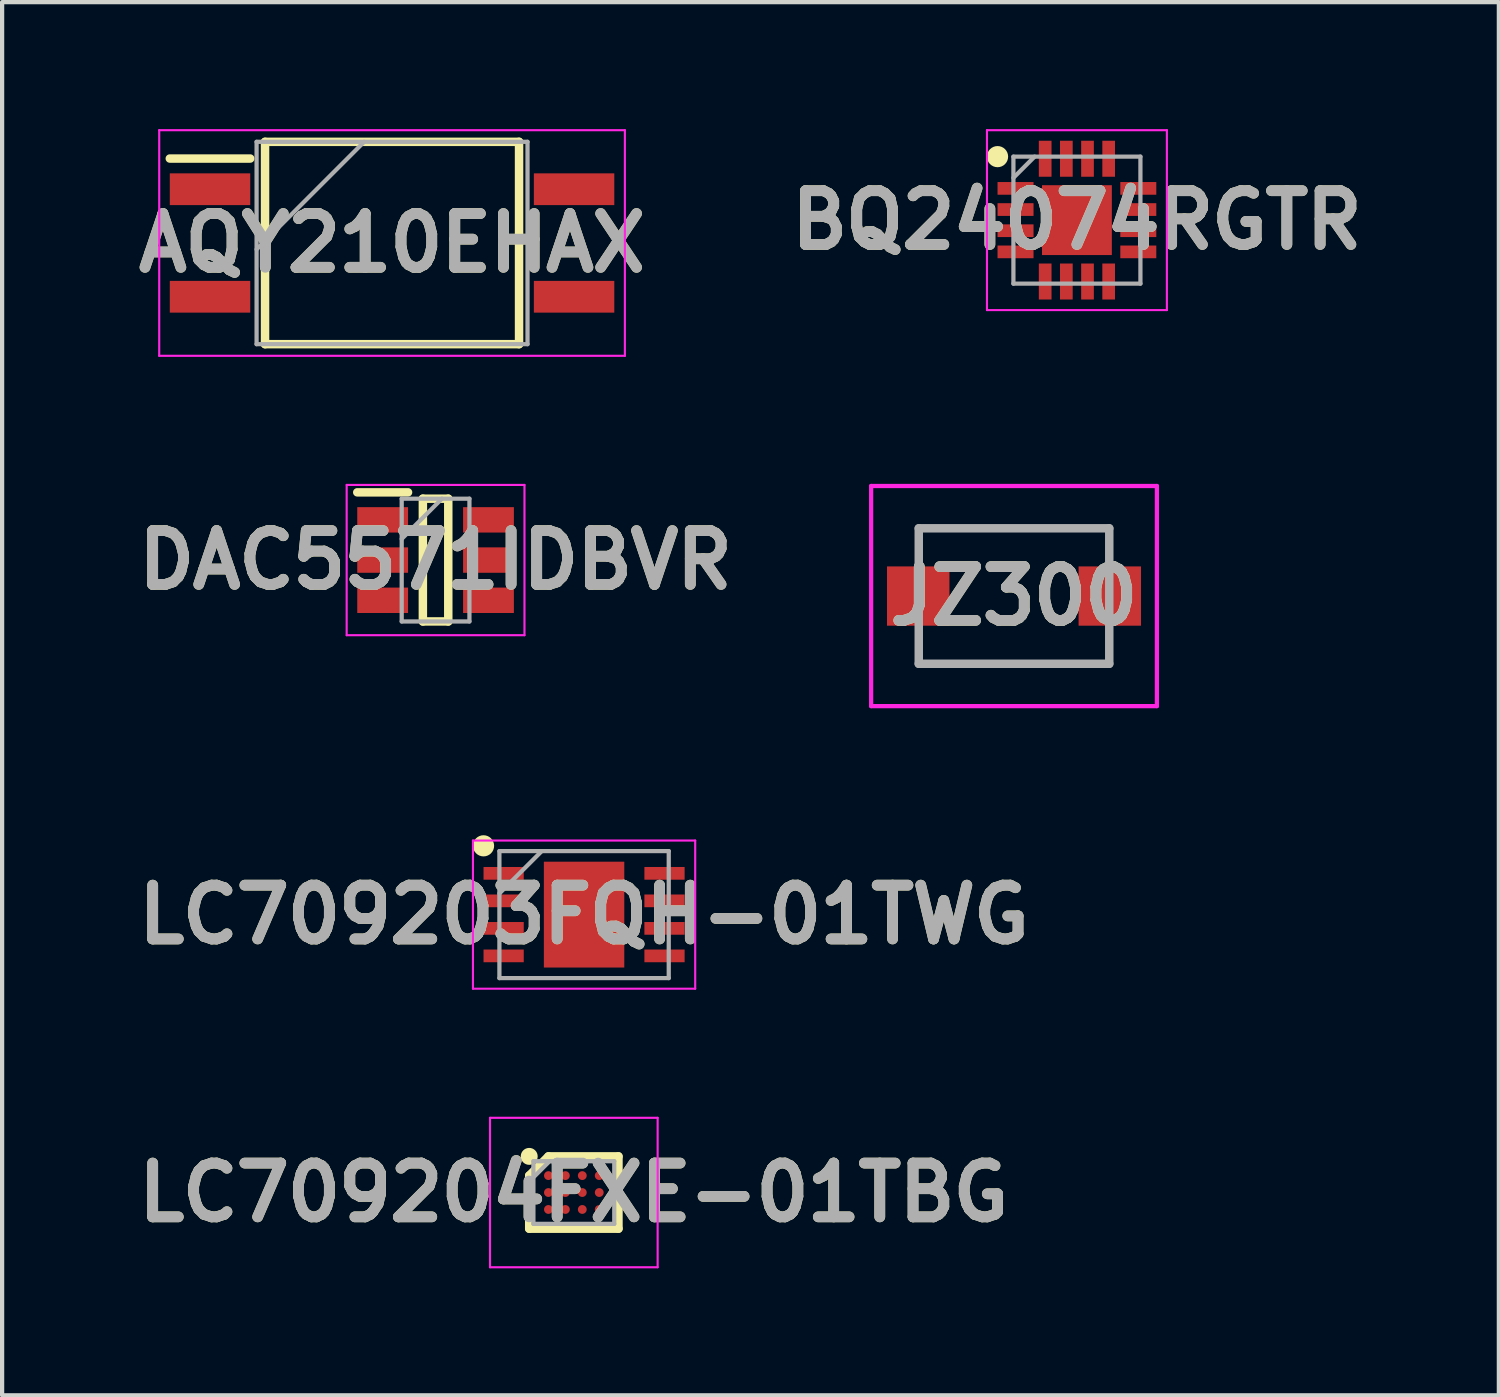
<source format=kicad_pcb>
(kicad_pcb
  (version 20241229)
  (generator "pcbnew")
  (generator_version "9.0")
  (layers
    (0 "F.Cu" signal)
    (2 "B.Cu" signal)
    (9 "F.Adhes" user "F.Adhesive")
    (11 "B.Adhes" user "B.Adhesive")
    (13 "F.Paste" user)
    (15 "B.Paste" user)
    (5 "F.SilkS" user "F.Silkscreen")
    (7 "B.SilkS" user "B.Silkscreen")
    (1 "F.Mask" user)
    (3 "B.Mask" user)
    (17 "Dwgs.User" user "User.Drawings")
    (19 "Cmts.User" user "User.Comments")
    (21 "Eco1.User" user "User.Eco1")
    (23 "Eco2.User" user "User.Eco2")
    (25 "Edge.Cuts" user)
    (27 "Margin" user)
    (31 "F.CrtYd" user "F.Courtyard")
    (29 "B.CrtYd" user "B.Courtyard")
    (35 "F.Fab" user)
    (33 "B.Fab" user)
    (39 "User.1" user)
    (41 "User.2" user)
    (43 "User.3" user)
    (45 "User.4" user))
  (footprint "LC709203FQH-01TWG"
    (layer "F.Cu")
    (at 10.747 18.555)
    (property "Reference" "LC709203FQH-01TWG" (at 0 0 0) (layer "F.SilkS") (effects (font (size 1.27 1.27) (thickness 0.254))))
    (attr smd)
    (fp_circle (center -2.375 -1.625) (end -2.375 -1.5) (stroke (width 0.25) (type solid)) (fill no) (layer "F.SilkS"))
    (fp_line (start -2.625 -1.75) (end 2.625 -1.75) (stroke (width 0.05) (type solid)) (layer "F.CrtYd"))
    (fp_line (start -2.625 1.75) (end -2.625 -1.75) (stroke (width 0.05) (type solid)) (layer "F.CrtYd"))
    (fp_line (start 2.625 -1.75) (end 2.625 1.75) (stroke (width 0.05) (type solid)) (layer "F.CrtYd"))
    (fp_line (start 2.625 1.75) (end -2.625 1.75) (stroke (width 0.05) (type solid)) (layer "F.CrtYd"))
    (fp_line (start -2 -1.5) (end 2 -1.5) (stroke (width 0.1) (type solid)) (layer "F.Fab"))
    (fp_line (start -2 -0.5) (end -1 -1.5) (stroke (width 0.1) (type solid)) (layer "F.Fab"))
    (fp_line (start -2 1.5) (end -2 -1.5) (stroke (width 0.1) (type solid)) (layer "F.Fab"))
    (fp_line (start 2 -1.5) (end 2 1.5) (stroke (width 0.1) (type solid)) (layer "F.Fab"))
    (fp_line (start 2 1.5) (end -2 1.5) (stroke (width 0.1) (type solid)) (layer "F.Fab"))
    (fp_text user "${REFERENCE}" (at 0 0 0) (layer "F.Fab") (effects (font (size 1.27 1.27) (thickness 0.254))))
    (pad "1" smd rect (at -1.9 -0.975 90) (size 0.3 0.95) (layers "F.Cu" "F.Mask" "F.Paste"))
    (pad "2" smd rect (at -1.9 -0.325 90) (size 0.3 0.95) (layers "F.Cu" "F.Mask" "F.Paste"))
    (pad "3" smd rect (at -1.9 0.325 90) (size 0.3 0.95) (layers "F.Cu" "F.Mask" "F.Paste"))
    (pad "4" smd rect (at -1.9 0.975 90) (size 0.3 0.95) (layers "F.Cu" "F.Mask" "F.Paste"))
    (pad "5" smd rect (at 1.9 0.975 90) (size 0.3 0.95) (layers "F.Cu" "F.Mask" "F.Paste"))
    (pad "6" smd rect (at 1.9 0.325 90) (size 0.3 0.95) (layers "F.Cu" "F.Mask" "F.Paste"))
    (pad "7" smd rect (at 1.9 -0.325 90) (size 0.3 0.95) (layers "F.Cu" "F.Mask" "F.Paste"))
    (pad "8" smd rect (at 1.9 -0.975 90) (size 0.3 0.95) (layers "F.Cu" "F.Mask" "F.Paste"))
    (pad "9" smd rect (at 0 0) (size 1.9 2.5) (layers "F.Cu" "F.Mask" "F.Paste")))
  (footprint "JZ300"
    (layer "F.Cu")
    (at 20.903 11.03)
    (property "Reference" "JZ300" (at 0 0 0) (layer "F.SilkS") (effects (font (size 1.27 1.27) (thickness 0.254))))
    (attr smd)
    (fp_line (start -2.25 -1.6) (end 2.25 -1.6) (stroke (width 0.1) (type solid)) (layer "F.SilkS"))
    (fp_line (start -2.25 -1) (end -2.25 -1.6) (stroke (width 0.1) (type solid)) (layer "F.SilkS"))
    (fp_line (start -2.25 1) (end -2.25 1.6) (stroke (width 0.1) (type solid)) (layer "F.SilkS"))
    (fp_line (start -2.25 1.6) (end 2.25 1.6) (stroke (width 0.1) (type solid)) (layer "F.SilkS"))
    (fp_line (start 2.25 -1.6) (end 2.25 -1) (stroke (width 0.1) (type solid)) (layer "F.SilkS"))
    (fp_line (start 2.25 1.6) (end 2.25 1) (stroke (width 0.1) (type solid)) (layer "F.SilkS"))
    (fp_line (start -3.375 -2.6) (end 3.375 -2.6) (stroke (width 0.1) (type solid)) (layer "F.CrtYd"))
    (fp_line (start -3.375 2.6) (end -3.375 -2.6) (stroke (width 0.1) (type solid)) (layer "F.CrtYd"))
    (fp_line (start 3.375 -2.6) (end 3.375 2.6) (stroke (width 0.1) (type solid)) (layer "F.CrtYd"))
    (fp_line (start 3.375 2.6) (end -3.375 2.6) (stroke (width 0.1) (type solid)) (layer "F.CrtYd"))
    (fp_line (start -2.25 -1.6) (end 2.25 -1.6) (stroke (width 0.2) (type solid)) (layer "F.Fab"))
    (fp_line (start -2.25 1.6) (end -2.25 -1.6) (stroke (width 0.2) (type solid)) (layer "F.Fab"))
    (fp_line (start 2.25 -1.6) (end 2.25 1.6) (stroke (width 0.2) (type solid)) (layer "F.Fab"))
    (fp_line (start 2.25 1.6) (end -2.25 1.6) (stroke (width 0.2) (type solid)) (layer "F.Fab"))
    (fp_text user "${REFERENCE}" (at 0 0 0) (layer "F.Fab") (effects (font (size 1.27 1.27) (thickness 0.254))))
    (pad "1" smd rect (at -2.263 0) (size 1.475 1.4) (layers "F.Cu" "F.Mask" "F.Paste"))
    (pad "2" smd rect (at 2.263 0) (size 1.475 1.4) (layers "F.Cu" "F.Mask" "F.Paste")))
  (footprint "AQY210EHAX"
    (layer "F.Cu")
    (at 6.211 2.69)
    (property "Reference" "AQY210EHAX" (at 0 0 0) (layer "F.SilkS") (effects (font (size 1.27 1.27) (thickness 0.254))))
    (attr smd)
    (fp_line (start -5.25 -1.995) (end -3.35 -1.995) (stroke (width 0.2) (type solid)) (layer "F.SilkS"))
    (fp_line (start -3 -2.39) (end 3 -2.39) (stroke (width 0.2) (type solid)) (layer "F.SilkS"))
    (fp_line (start -3 2.39) (end -3 -2.39) (stroke (width 0.2) (type solid)) (layer "F.SilkS"))
    (fp_line (start 3 -2.39) (end 3 2.39) (stroke (width 0.2) (type solid)) (layer "F.SilkS"))
    (fp_line (start 3 2.39) (end -3 2.39) (stroke (width 0.2) (type solid)) (layer "F.SilkS"))
    (fp_line (start -5.5 -2.665) (end 5.5 -2.665) (stroke (width 0.05) (type solid)) (layer "F.CrtYd"))
    (fp_line (start -5.5 2.665) (end -5.5 -2.665) (stroke (width 0.05) (type solid)) (layer "F.CrtYd"))
    (fp_line (start 5.5 -2.665) (end 5.5 2.665) (stroke (width 0.05) (type solid)) (layer "F.CrtYd"))
    (fp_line (start 5.5 2.665) (end -5.5 2.665) (stroke (width 0.05) (type solid)) (layer "F.CrtYd"))
    (fp_line (start -3.2 -2.39) (end 3.2 -2.39) (stroke (width 0.1) (type solid)) (layer "F.Fab"))
    (fp_line (start -3.2 0.15) (end -0.66 -2.39) (stroke (width 0.1) (type solid)) (layer "F.Fab"))
    (fp_line (start -3.2 2.39) (end -3.2 -2.39) (stroke (width 0.1) (type solid)) (layer "F.Fab"))
    (fp_line (start 3.2 -2.39) (end 3.2 2.39) (stroke (width 0.1) (type solid)) (layer "F.Fab"))
    (fp_line (start 3.2 2.39) (end -3.2 2.39) (stroke (width 0.1) (type solid)) (layer "F.Fab"))
    (fp_text user "${REFERENCE}" (at 0 0 0) (layer "F.Fab") (effects (font (size 1.27 1.27) (thickness 0.254))))
    (pad "1" smd rect (at -4.3 -1.27 90) (size 0.75 1.9) (layers "F.Cu" "F.Mask" "F.Paste"))
    (pad "2" smd rect (at -4.3 1.27 90) (size 0.75 1.9) (layers "F.Cu" "F.Mask" "F.Paste"))
    (pad "3" smd rect (at 4.3 1.27 90) (size 0.75 1.9) (layers "F.Cu" "F.Mask" "F.Paste"))
    (pad "4" smd rect (at 4.3 -1.27 90) (size 0.75 1.9) (layers "F.Cu" "F.Mask" "F.Paste")))
  (footprint "DAC5571IDBVR"
    (layer "F.Cu")
    (at 7.239 10.18)
    (property "Reference" "DAC5571IDBVR" (at 0 0 0) (layer "F.SilkS") (effects (font (size 1.27 1.27) (thickness 0.254))))
    (attr smd)
    (fp_line (start -1.85 -1.6) (end -0.65 -1.6) (stroke (width 0.2) (type solid)) (layer "F.SilkS"))
    (fp_line (start -0.3 -1.45) (end 0.3 -1.45) (stroke (width 0.2) (type solid)) (layer "F.SilkS"))
    (fp_line (start -0.3 1.45) (end -0.3 -1.45) (stroke (width 0.2) (type solid)) (layer "F.SilkS"))
    (fp_line (start 0.3 -1.45) (end 0.3 1.45) (stroke (width 0.2) (type solid)) (layer "F.SilkS"))
    (fp_line (start 0.3 1.45) (end -0.3 1.45) (stroke (width 0.2) (type solid)) (layer "F.SilkS"))
    (fp_line (start -2.1 -1.775) (end 2.1 -1.775) (stroke (width 0.05) (type solid)) (layer "F.CrtYd"))
    (fp_line (start -2.1 1.775) (end -2.1 -1.775) (stroke (width 0.05) (type solid)) (layer "F.CrtYd"))
    (fp_line (start 2.1 -1.775) (end 2.1 1.775) (stroke (width 0.05) (type solid)) (layer "F.CrtYd"))
    (fp_line (start 2.1 1.775) (end -2.1 1.775) (stroke (width 0.05) (type solid)) (layer "F.CrtYd"))
    (fp_line (start -0.8 -1.45) (end 0.8 -1.45) (stroke (width 0.1) (type solid)) (layer "F.Fab"))
    (fp_line (start -0.8 -0.5) (end 0.15 -1.45) (stroke (width 0.1) (type solid)) (layer "F.Fab"))
    (fp_line (start -0.8 1.45) (end -0.8 -1.45) (stroke (width 0.1) (type solid)) (layer "F.Fab"))
    (fp_line (start 0.8 -1.45) (end 0.8 1.45) (stroke (width 0.1) (type solid)) (layer "F.Fab"))
    (fp_line (start 0.8 1.45) (end -0.8 1.45) (stroke (width 0.1) (type solid)) (layer "F.Fab"))
    (fp_text user "${REFERENCE}" (at 0 0 0) (layer "F.Fab") (effects (font (size 1.27 1.27) (thickness 0.254))))
    (pad "1" smd rect (at -1.25 -0.95 90) (size 0.6 1.2) (layers "F.Cu" "F.Mask" "F.Paste"))
    (pad "2" smd rect (at -1.25 0 90) (size 0.6 1.2) (layers "F.Cu" "F.Mask" "F.Paste"))
    (pad "3" smd rect (at -1.25 0.95 90) (size 0.6 1.2) (layers "F.Cu" "F.Mask" "F.Paste"))
    (pad "4" smd rect (at 1.25 0.95 90) (size 0.6 1.2) (layers "F.Cu" "F.Mask" "F.Paste"))
    (pad "5" smd rect (at 1.25 0 90) (size 0.6 1.2) (layers "F.Cu" "F.Mask" "F.Paste"))
    (pad "6" smd rect (at 1.25 -0.95 90) (size 0.6 1.2) (layers "F.Cu" "F.Mask" "F.Paste")))
  (footprint "BQ24074RGTR"
    (layer "F.Cu")
    (at 22.389 2.15)
    (property "Reference" "BQ24074RGTR" (at 0 0 0) (layer "F.SilkS") (effects (font (size 1.27 1.27) (thickness 0.254))))
    (attr smd)
    (fp_circle (center -1.875 -1.5) (end -1.875 -1.375) (stroke (width 0.25) (type solid)) (fill no) (layer "F.SilkS"))
    (fp_line (start -2.125 -2.125) (end 2.125 -2.125) (stroke (width 0.05) (type solid)) (layer "F.CrtYd"))
    (fp_line (start -2.125 2.125) (end -2.125 -2.125) (stroke (width 0.05) (type solid)) (layer "F.CrtYd"))
    (fp_line (start 2.125 -2.125) (end 2.125 2.125) (stroke (width 0.05) (type solid)) (layer "F.CrtYd"))
    (fp_line (start 2.125 2.125) (end -2.125 2.125) (stroke (width 0.05) (type solid)) (layer "F.CrtYd"))
    (fp_line (start -1.5 -1.5) (end 1.5 -1.5) (stroke (width 0.1) (type solid)) (layer "F.Fab"))
    (fp_line (start -1.5 -1) (end -1 -1.5) (stroke (width 0.1) (type solid)) (layer "F.Fab"))
    (fp_line (start -1.5 1.5) (end -1.5 -1.5) (stroke (width 0.1) (type solid)) (layer "F.Fab"))
    (fp_line (start 1.5 -1.5) (end 1.5 1.5) (stroke (width 0.1) (type solid)) (layer "F.Fab"))
    (fp_line (start 1.5 1.5) (end -1.5 1.5) (stroke (width 0.1) (type solid)) (layer "F.Fab"))
    (fp_text user "${REFERENCE}" (at 0 0 0) (layer "F.Fab") (effects (font (size 1.27 1.27) (thickness 0.254))))
    (pad "1" smd rect (at -1.45 -0.75 90) (size 0.3 0.85) (layers "F.Cu" "F.Mask" "F.Paste"))
    (pad "2" smd rect (at -1.45 -0.25 90) (size 0.3 0.85) (layers "F.Cu" "F.Mask" "F.Paste"))
    (pad "3" smd rect (at -1.45 0.25 90) (size 0.3 0.85) (layers "F.Cu" "F.Mask" "F.Paste"))
    (pad "4" smd rect (at -1.45 0.75 90) (size 0.3 0.85) (layers "F.Cu" "F.Mask" "F.Paste"))
    (pad "5" smd rect (at -0.75 1.45) (size 0.3 0.85) (layers "F.Cu" "F.Mask" "F.Paste"))
    (pad "6" smd rect (at -0.25 1.45) (size 0.3 0.85) (layers "F.Cu" "F.Mask" "F.Paste"))
    (pad "7" smd rect (at 0.25 1.45) (size 0.3 0.85) (layers "F.Cu" "F.Mask" "F.Paste"))
    (pad "8" smd rect (at 0.75 1.45) (size 0.3 0.85) (layers "F.Cu" "F.Mask" "F.Paste"))
    (pad "9" smd rect (at 1.45 0.75 90) (size 0.3 0.85) (layers "F.Cu" "F.Mask" "F.Paste"))
    (pad "10" smd rect (at 1.45 0.25 90) (size 0.3 0.85) (layers "F.Cu" "F.Mask" "F.Paste"))
    (pad "11" smd rect (at 1.45 -0.25 90) (size 0.3 0.85) (layers "F.Cu" "F.Mask" "F.Paste"))
    (pad "12" smd rect (at 1.45 -0.75 90) (size 0.3 0.85) (layers "F.Cu" "F.Mask" "F.Paste"))
    (pad "13" smd rect (at 0.75 -1.45) (size 0.3 0.85) (layers "F.Cu" "F.Mask" "F.Paste"))
    (pad "14" smd rect (at 0.25 -1.45) (size 0.3 0.85) (layers "F.Cu" "F.Mask" "F.Paste"))
    (pad "15" smd rect (at -0.25 -1.45) (size 0.3 0.85) (layers "F.Cu" "F.Mask" "F.Paste"))
    (pad "16" smd rect (at -0.75 -1.45) (size 0.3 0.85) (layers "F.Cu" "F.Mask" "F.Paste"))
    (pad "17" smd rect (at 0 0) (size 1.65 1.65) (layers "F.Cu" "F.Mask" "F.Paste")))
  (footprint "LC709204FXE-01TBG"
    (layer "F.Cu")
    (at 10.505 25.12)
    (property "Reference" "LC709204FXE-01TBG" (at 0 0 0) (layer "F.SilkS") (effects (font (size 1.27 1.27) (thickness 0.254))))
    (attr smd)
    (fp_line (start -1.054 -0.4) (end -0.6 -0.854) (stroke (width 0.2) (type solid)) (layer "F.SilkS"))
    (fp_line (start -1.054 0.854) (end -1.054 -0.4) (stroke (width 0.2) (type solid)) (layer "F.SilkS"))
    (fp_line (start -0.6 -0.854) (end 1.054 -0.854) (stroke (width 0.2) (type solid)) (layer "F.SilkS"))
    (fp_line (start 1.054 -0.854) (end 1.054 0.854) (stroke (width 0.2) (type solid)) (layer "F.SilkS"))
    (fp_line (start 1.054 0.854) (end -1.054 0.854) (stroke (width 0.2) (type solid)) (layer "F.SilkS"))
    (fp_circle (center -1.054 -0.854) (end -1.054 -0.754) (stroke (width 0.2) (type solid)) (fill no) (layer "F.SilkS"))
    (fp_line (start -1.98 -1.765) (end 1.98 -1.765) (stroke (width 0.05) (type solid)) (layer "F.CrtYd"))
    (fp_line (start -1.98 1.765) (end -1.98 -1.765) (stroke (width 0.05) (type solid)) (layer "F.CrtYd"))
    (fp_line (start 1.98 -1.765) (end 1.98 1.765) (stroke (width 0.05) (type solid)) (layer "F.CrtYd"))
    (fp_line (start 1.98 1.765) (end -1.98 1.765) (stroke (width 0.05) (type solid)) (layer "F.CrtYd"))
    (fp_line (start -0.955 -0.74) (end 0.955 -0.74) (stroke (width 0.1) (type solid)) (layer "F.Fab"))
    (fp_line (start -0.955 -0.358) (end -0.573 -0.74) (stroke (width 0.1) (type solid)) (layer "F.Fab"))
    (fp_line (start -0.955 0.74) (end -0.955 -0.74) (stroke (width 0.1) (type solid)) (layer "F.Fab"))
    (fp_line (start 0.955 -0.74) (end 0.955 0.74) (stroke (width 0.1) (type solid)) (layer "F.Fab"))
    (fp_line (start 0.955 0.74) (end -0.955 0.74) (stroke (width 0.1) (type solid)) (layer "F.Fab"))
    (fp_text user "${REFERENCE}" (at 0 0 0) (layer "F.Fab") (effects (font (size 1.27 1.27) (thickness 0.254))))
    (pad "A1" smd circle (at -0.6 -0.4 90) (size 0.208 0.208) (layers "F.Cu" "F.Mask" "F.Paste"))
    (pad "A2" smd circle (at -0.2 -0.4 90) (size 0.208 0.208) (layers "F.Cu" "F.Mask" "F.Paste"))
    (pad "A3" smd circle (at 0.2 -0.4 90) (size 0.208 0.208) (layers "F.Cu" "F.Mask" "F.Paste"))
    (pad "A4" smd circle (at 0.6 -0.4 90) (size 0.208 0.208) (layers "F.Cu" "F.Mask" "F.Paste"))
    (pad "B1" smd circle (at -0.6 0 90) (size 0.208 0.208) (layers "F.Cu" "F.Mask" "F.Paste"))
    (pad "B2" smd circle (at -0.2 0 90) (size 0.208 0.208) (layers "F.Cu" "F.Mask" "F.Paste"))
    (pad "B3" smd circle (at 0.2 0 90) (size 0.208 0.208) (layers "F.Cu" "F.Mask" "F.Paste"))
    (pad "B4" smd circle (at 0.6 0 90) (size 0.208 0.208) (layers "F.Cu" "F.Mask" "F.Paste"))
    (pad "C1" smd circle (at -0.6 0.4 90) (size 0.208 0.208) (layers "F.Cu" "F.Mask" "F.Paste"))
    (pad "C2" smd circle (at -0.2 0.4 90) (size 0.208 0.208) (layers "F.Cu" "F.Mask" "F.Paste"))
    (pad "C3" smd circle (at 0.2 0.4 90) (size 0.208 0.208) (layers "F.Cu" "F.Mask" "F.Paste"))
    (pad "C4" smd circle (at 0.6 0.4 90) (size 0.208 0.208) (layers "F.Cu" "F.Mask" "F.Paste")))
  (gr_rect
    (start -3 -3)
    (end 32.356 29.91)
    (stroke (width 0.1) (type default))
    (fill no)
    (layer "Edge.Cuts")))
</source>
